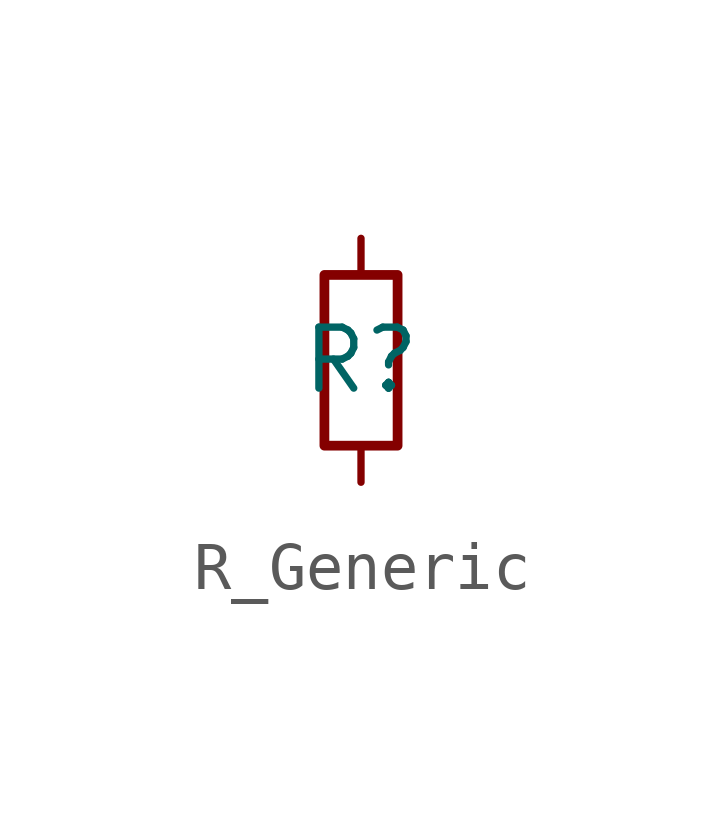
<source format=kicad_sym>
(kicad_symbol_lib
  (version 20220914)
  (generator kicad_symbol_editor)
  (symbol "R_Generic"
    (pin_numbers hide)
    (pin_names
      (offset 0) hide)
    (property "Reference" "R"
      (at 0 0 0)
      (effects (font (size 1.27 1.27))))
    (property "Value" ""
      (at 0 0 0)
      (effects (font (size 1.27 1.27))))
    (symbol "R_Generic_0_1"
      (rectangle (start -0.762 1.778) (end 0.762 -1.778) (stroke (width 0.203) (type default)) (fill (type none))))
    (symbol "R_Generic_1_1"
      (pin passive line (at 0 2.54 270) (length 0.762) (name "~" (effects (font (size 1.27 1.27)))) (number "1" (effects (font (size 1.27 1.27)))))
      (pin passive line (at 0 -2.54 90) (length 0.762) (name "~" (effects (font (size 1.27 1.27)))) (number "2" (effects (font (size 1.27 1.27))))))))
</source>
